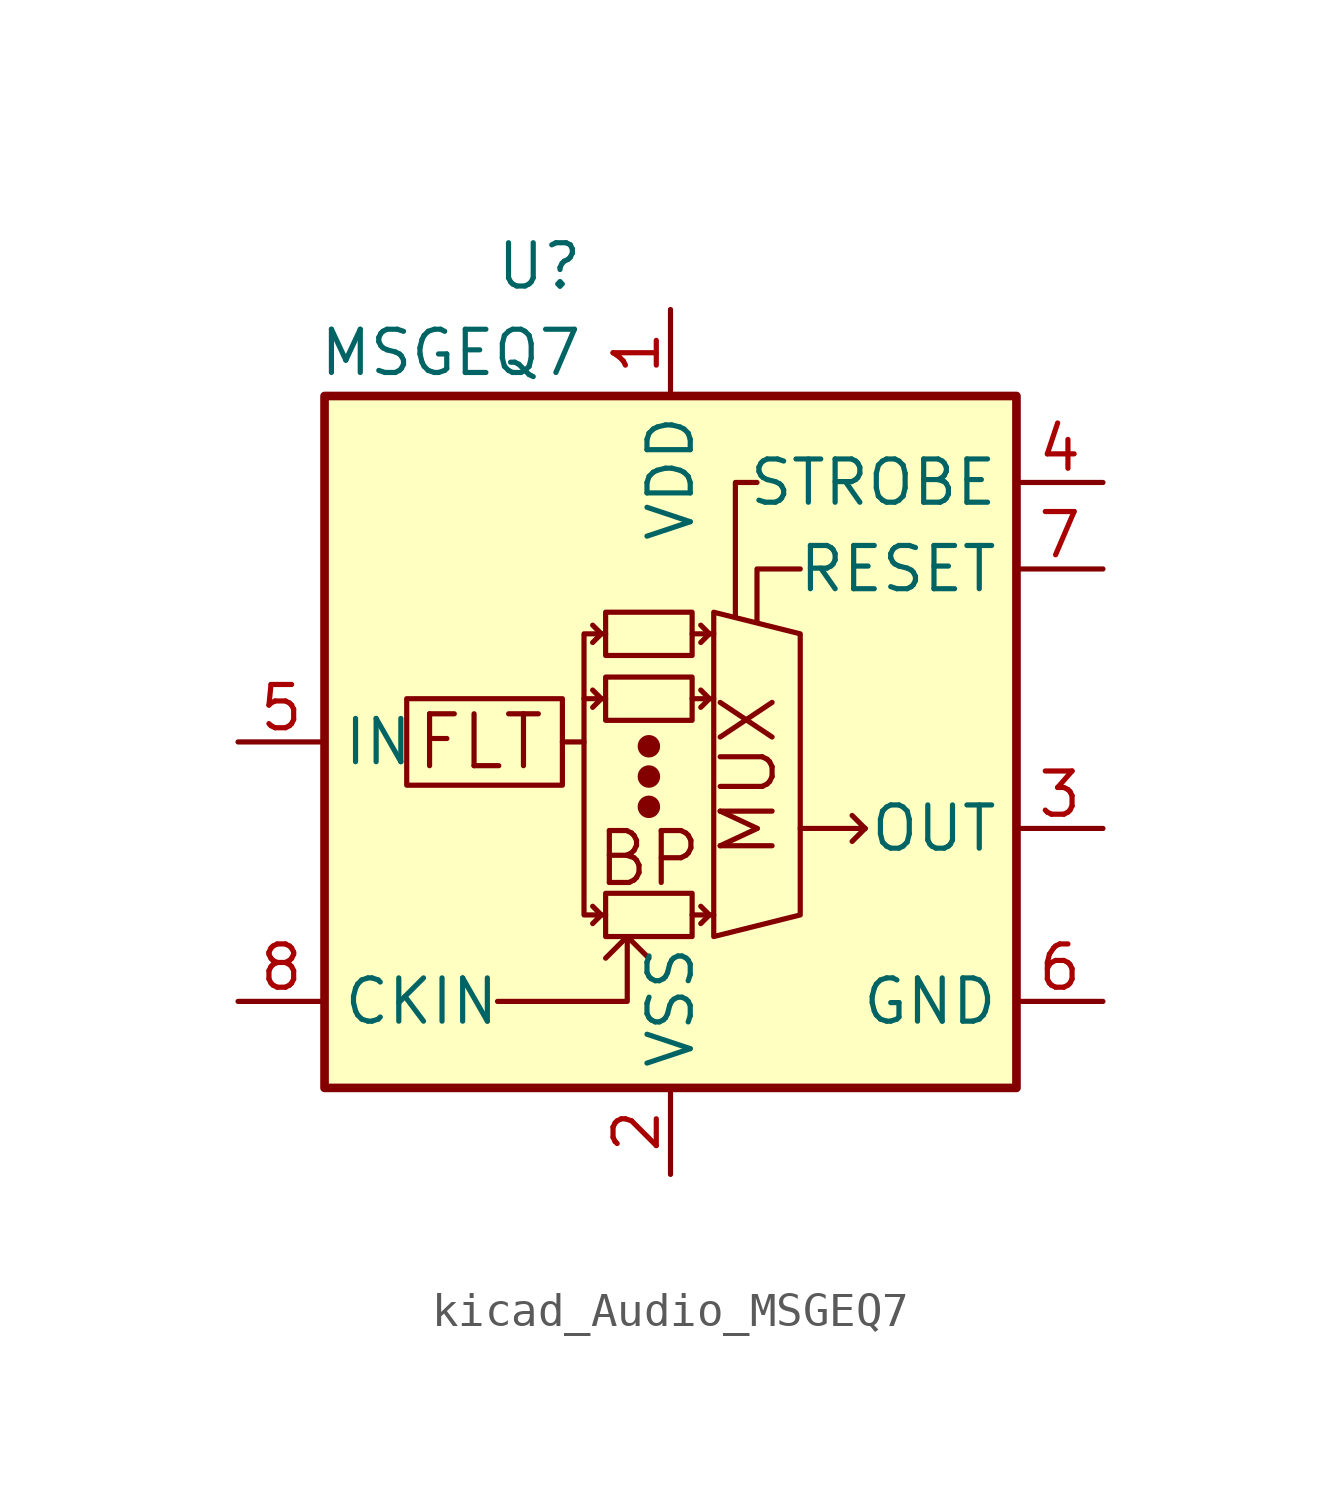
<source format=kicad_sym>
(kicad_symbol_lib
  (version 20220914)
  (generator kicad_symbol_editor)
  (symbol "kicad_Audio_MSGEQ7"
    (property "Reference" "U"
      (at -2.54 13.97 0)
      (effects (font (size 1.27 1.27)) (justify right)))
    (property "Value" "MSGEQ7"
      (at -2.54 11.43 0)
      (effects (font (size 1.27 1.27)) (justify right)))
    (symbol "kicad_Audio_MSGEQ7_0_0"
      (polyline (pts (xy -5.08 -7.62) (xy -1.27 -7.62) (xy -1.27 -5.715)) (stroke (width 0) (type default)) (fill (type none)))
      (polyline (pts (xy -1.905 -6.35) (xy -1.27 -5.715) (xy -0.635 -6.35)) (stroke (width 0) (type default)) (fill (type none)))
      (polyline (pts (xy 2.54 7.62) (xy 1.905 7.62) (xy 1.905 3.683)) (stroke (width 0) (type default)) (fill (type none)))
      (polyline (pts (xy 3.81 5.08) (xy 2.54 5.08) (xy 2.54 3.556)) (stroke (width 0) (type default)) (fill (type none)))
      (text "BP" (at -0.635 -3.429 0) (effects (font (size 1.524 1.524))))
      (text "FLT" (at -5.588 0 0) (effects (font (size 1.524 1.524))))
      (text "MUX" (at 2.286 -1.016 900) (effects (font (size 1.524 1.524)))))
    (symbol "kicad_Audio_MSGEQ7_0_1"
      (rectangle (start -3.175 -1.27) (end -7.747 1.27) (stroke (width 0) (type default)) (fill (type none)))
      (rectangle (start -1.905 -4.445) (end 0.635 -5.715) (stroke (width 0) (type default)) (fill (type none)))
      (rectangle (start -1.905 1.905) (end 0.635 0.635) (stroke (width 0) (type default)) (fill (type none)))
      (circle (center -0.635 -1.905) (radius 0.254) (stroke (width 0) (type default)) (fill (type outline)))
      (circle (center -0.635 -1.016) (radius 0.254) (stroke (width 0) (type default)) (fill (type outline)))
      (circle (center -0.635 -0.127) (radius 0.254) (stroke (width 0) (type default)) (fill (type outline)))
      (polyline (pts (xy -3.175 0) (xy -2.54 0)) (stroke (width 0) (type default)) (fill (type none)))
      (polyline (pts (xy -2.54 1.27) (xy -1.905 1.27)) (stroke (width 0) (type default)) (fill (type none)))
      (polyline (pts (xy 0.635 -5.08) (xy 1.27 -5.08)) (stroke (width 0) (type default)) (fill (type none)))
      (polyline (pts (xy 0.635 1.27) (xy 1.27 1.27)) (stroke (width 0) (type default)) (fill (type none)))
      (polyline (pts (xy 0.635 3.175) (xy 1.27 3.175)) (stroke (width 0) (type default)) (fill (type none)))
      (polyline (pts (xy 3.81 -2.54) (xy 5.715 -2.54)) (stroke (width 0) (type default)) (fill (type none)))
      (polyline (pts (xy 5.715 -2.54) (xy 5.334 -2.921)) (stroke (width 0) (type default)) (fill (type none)))
      (polyline (pts (xy 5.715 -2.54) (xy 5.334 -2.159)) (stroke (width 0) (type default)) (fill (type none)))
      (polyline (pts (xy -2.286 -4.826) (xy -2.032 -5.08) (xy -2.286 -5.334)) (stroke (width 0) (type default)) (fill (type none)))
      (polyline (pts (xy -2.286 1.524) (xy -2.032 1.27) (xy -2.286 1.016)) (stroke (width 0) (type default)) (fill (type none)))
      (polyline (pts (xy -2.286 3.429) (xy -2.032 3.175) (xy -2.286 2.921)) (stroke (width 0) (type default)) (fill (type none)))
      (polyline (pts (xy 0.889 -4.826) (xy 1.143 -5.08) (xy 0.889 -5.334)) (stroke (width 0) (type default)) (fill (type none)))
      (polyline (pts (xy 0.889 1.524) (xy 1.143 1.27) (xy 0.889 1.016)) (stroke (width 0) (type default)) (fill (type none)))
      (polyline (pts (xy 0.889 3.429) (xy 1.143 3.175) (xy 0.889 2.921)) (stroke (width 0) (type default)) (fill (type none)))
      (polyline (pts (xy -1.905 3.175) (xy -2.54 3.175) (xy -2.54 -5.08) (xy -1.905 -5.08)) (stroke (width 0) (type default)) (fill (type none)))
      (polyline (pts (xy 1.27 3.81) (xy 1.27 -5.715) (xy 3.81 -5.08) (xy 3.81 3.175) (xy 1.27 3.81)) (stroke (width 0) (type default)) (fill (type none)))
      (rectangle (start 0.635 2.54) (end -1.905 3.81) (stroke (width 0) (type default)) (fill (type none)))
      (rectangle (start 10.16 10.16) (end -10.16 -10.16) (stroke (width 0.254) (type default)) (fill (type background))))
    (symbol "kicad_Audio_MSGEQ7_1_1"
      (pin power_in line (at 0 12.7 270) (length 2.54) (name "VDD" (effects (font (size 1.27 1.27)))) (number "1" (effects (font (size 1.27 1.27)))))
      (pin power_in line (at 0 -12.7 90) (length 2.54) (name "VSS" (effects (font (size 1.27 1.27)))) (number "2" (effects (font (size 1.27 1.27)))))
      (pin output line (at 12.7 -2.54 180) (length 2.54) (name "OUT" (effects (font (size 1.27 1.27)))) (number "3" (effects (font (size 1.27 1.27)))))
      (pin input line (at 12.7 7.62 180) (length 2.54) (name "STROBE" (effects (font (size 1.27 1.27)))) (number "4" (effects (font (size 1.27 1.27)))))
      (pin input line (at -12.7 0 0) (length 2.54) (name "IN" (effects (font (size 1.27 1.27)))) (number "5" (effects (font (size 1.27 1.27)))))
      (pin power_out line (at 12.7 -7.62 180) (length 2.54) (name "GND" (effects (font (size 1.27 1.27)))) (number "6" (effects (font (size 1.27 1.27)))))
      (pin input line (at 12.7 5.08 180) (length 2.54) (name "RESET" (effects (font (size 1.27 1.27)))) (number "7" (effects (font (size 1.27 1.27)))))
      (pin input line (at -12.7 -7.62 0) (length 2.54) (name "CKIN" (effects (font (size 1.27 1.27)))) (number "8" (effects (font (size 1.27 1.27))))))))
</source>
